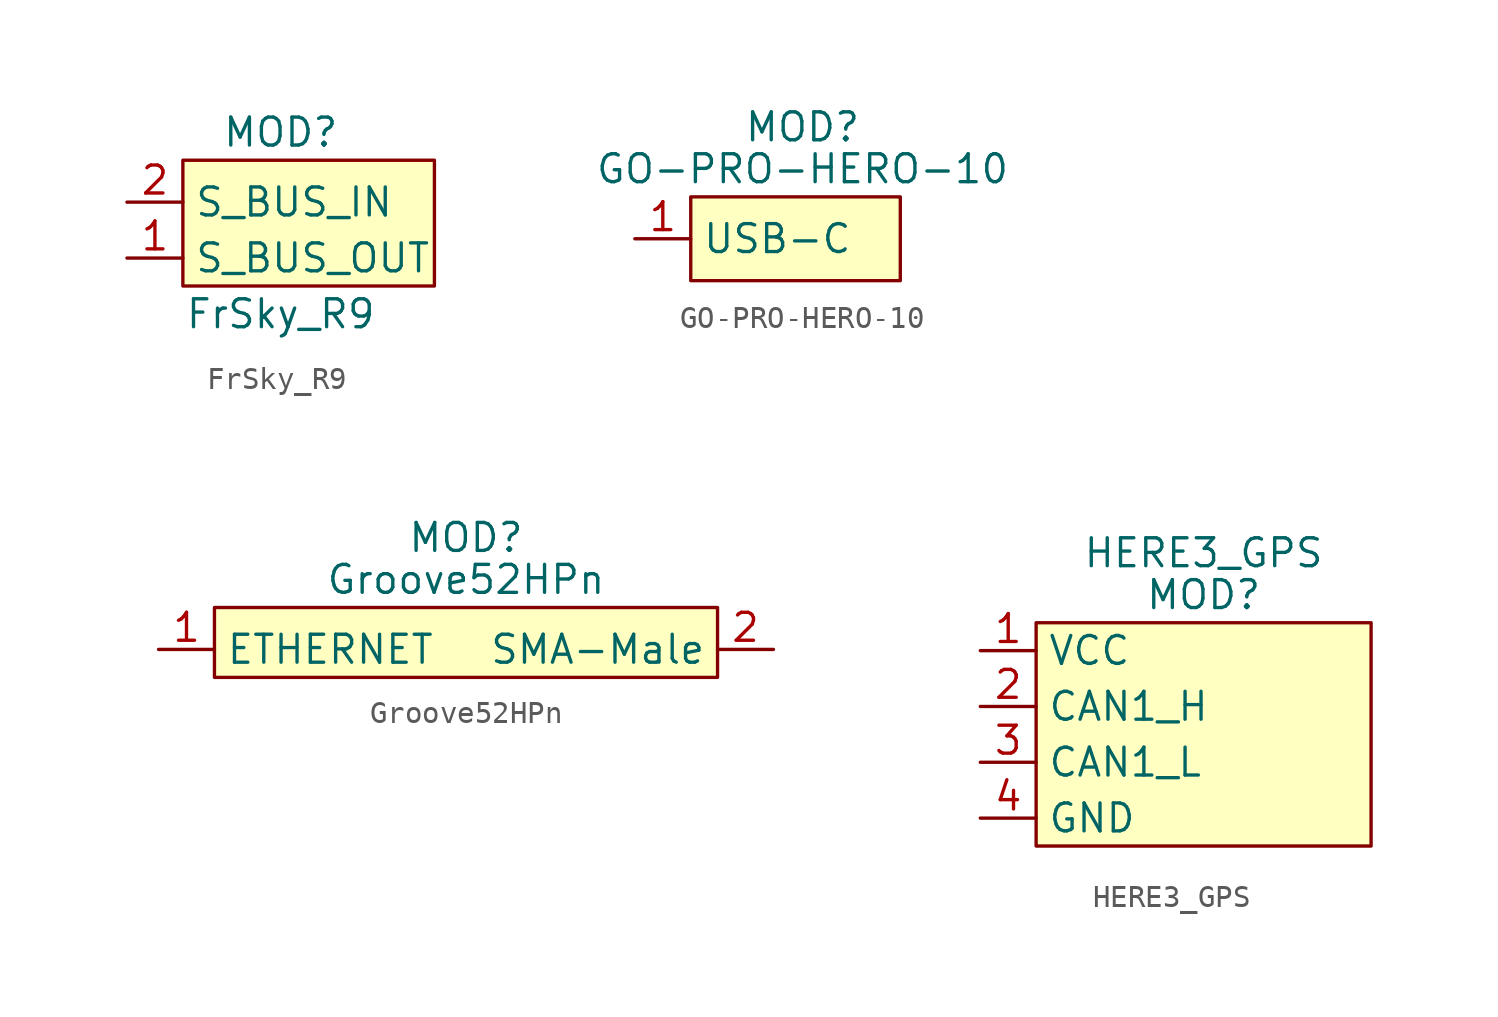
<source format=kicad_sym>
(kicad_symbol_lib
  (version 20211014)
  (generator kicad_symbol_editor)
  (symbol "FrSky_R9"
    (property "Reference" "MOD"
      (at 0 4.445 0)
      (effects (font (size 1.27 1.27))))
    (property "Value" "FrSky_R9"
      (at 0 -3.81 0)
      (effects (font (size 1.27 1.27))))
    (symbol "FrSky_R9_0_0"
      (rectangle (start -4.445 3.175) (end 6.985 -2.54) (stroke (width 0) (type default) (color 0 0 0 0)) (fill (type background))))
    (symbol "FrSky_R9_1_1"
      (pin output line (at -6.985 -1.27 0) (length 2.54) (name "S_BUS_OUT" (effects (font (size 1.27 1.27)))) (number "1" (effects (font (size 1.27 1.27)))))
      (pin input line (at -6.985 1.27 0) (length 2.54) (name "S_BUS_IN" (effects (font (size 1.27 1.27)))) (number "2" (effects (font (size 1.27 1.27)))))))
  (symbol "GO-PRO-HERO-10"
    (property "Reference" "MOD"
      (at 0 5.08 0)
      (effects (font (size 1.27 1.27))))
    (property "Value" "GO-PRO-HERO-10"
      (at 0 3.175 0)
      (effects (font (size 1.27 1.27))))
    (symbol "GO-PRO-HERO-10_0_0"
      (rectangle (start -5.08 1.905) (end 4.445 -1.905) (stroke (width 0) (type default) (color 0 0 0 0)) (fill (type background))))
    (symbol "GO-PRO-HERO-10_1_1"
      (pin bidirectional line (at -7.62 0 0) (length 2.54) (name "USB-C" (effects (font (size 1.27 1.27)))) (number "1" (effects (font (size 1.27 1.27)))))))
  (symbol "Groove52HPn"
    (property "Reference" "MOD"
      (at 0 4.445 0)
      (effects (font (size 1.27 1.27))))
    (property "Value" "Groove52HPn"
      (at 0 2.54 0)
      (effects (font (size 1.27 1.27))))
    (symbol "Groove52HPn_0_0"
      (rectangle (start -11.43 1.27) (end 11.43 -1.905) (stroke (width 0) (type default) (color 0 0 0 0)) (fill (type background))))
    (symbol "Groove52HPn_1_1"
      (pin bidirectional line (at -13.97 -0.635 0) (length 2.54) (name "ETHERNET" (effects (font (size 1.27 1.27)))) (number "1" (effects (font (size 1.27 1.27)))))
      (pin bidirectional line (at 13.97 -0.635 180) (length 2.54) (name "SMA-Male" (effects (font (size 1.27 1.27)))) (number "2" (effects (font (size 1.27 1.27)))))))
  (symbol "HERE3_GPS"
    (property "Reference" "MOD"
      (at 0 6.985 0)
      (effects (font (size 1.27 1.27))))
    (property "Value" "HERE3_GPS"
      (at 0 8.89 0)
      (effects (font (size 1.27 1.27))))
    (symbol "HERE3_GPS_0_1"
      (rectangle (start -7.62 -4.445) (end 7.62 5.715) (stroke (width 0) (type default) (color 0 0 0 0)) (fill (type background))))
    (symbol "HERE3_GPS_1_1"
      (pin power_in line (at -10.16 4.445 0) (length 2.54) (name "VCC" (effects (font (size 1.27 1.27)))) (number "1" (effects (font (size 1.27 1.27)))))
      (pin bidirectional line (at -10.16 1.905 0) (length 2.54) (name "CAN1_H" (effects (font (size 1.27 1.27)))) (number "2" (effects (font (size 1.27 1.27)))))
      (pin bidirectional line (at -10.16 -0.635 0) (length 2.54) (name "CAN1_L" (effects (font (size 1.27 1.27)))) (number "3" (effects (font (size 1.27 1.27)))))
      (pin power_out line (at -10.16 -3.175 0) (length 2.54) (name "GND" (effects (font (size 1.27 1.27)))) (number "4" (effects (font (size 1.27 1.27))))))))
</source>
